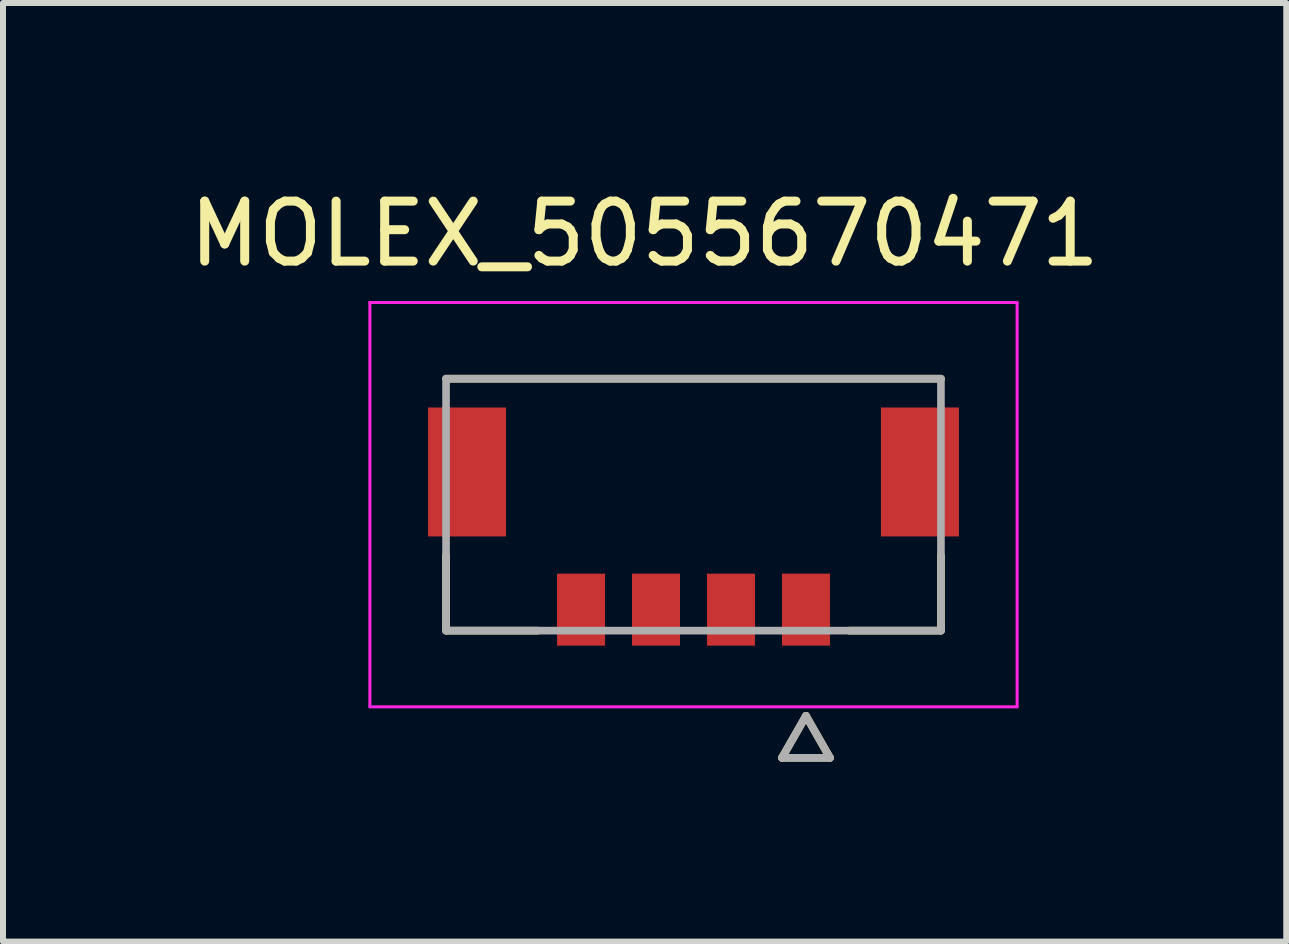
<source format=kicad_pcb>
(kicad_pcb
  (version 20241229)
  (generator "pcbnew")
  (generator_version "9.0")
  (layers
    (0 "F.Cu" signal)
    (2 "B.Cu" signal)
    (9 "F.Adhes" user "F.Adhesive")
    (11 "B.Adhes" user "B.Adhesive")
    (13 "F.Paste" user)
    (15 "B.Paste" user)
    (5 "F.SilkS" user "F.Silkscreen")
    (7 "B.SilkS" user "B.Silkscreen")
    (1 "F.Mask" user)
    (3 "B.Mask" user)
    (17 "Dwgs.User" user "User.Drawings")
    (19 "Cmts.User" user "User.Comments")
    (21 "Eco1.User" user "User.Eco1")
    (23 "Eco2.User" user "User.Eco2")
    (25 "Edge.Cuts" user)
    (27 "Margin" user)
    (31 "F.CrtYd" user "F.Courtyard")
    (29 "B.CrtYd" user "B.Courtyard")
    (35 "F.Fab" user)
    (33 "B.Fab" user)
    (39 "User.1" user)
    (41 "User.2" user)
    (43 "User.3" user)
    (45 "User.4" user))
  (footprint "MOLEX_5055670471"
    (layer "F.Cu")
    (at 8.511 5.363)
    (property "Reference" "MOLEX_5055670471" (at -0.815 -4.515 0) (layer "F.SilkS") (effects (font (size 1 1) (thickness 0.15))))
    (attr smd)
    (fp_poly (pts (xy -4.501 -1.696) (xy -3.049 -1.696) (xy -3.049 0.606) (xy -4.501 0.606)) (stroke (width 0.01) (type solid)) (fill yes) (layer "F.Mask"))
    (fp_poly (pts (xy -2.351 1.074) (xy -1.399 1.074) (xy -1.399 2.426) (xy -2.351 2.426)) (stroke (width 0.01) (type solid)) (fill yes) (layer "F.Mask"))
    (fp_poly (pts (xy -1.101 1.074) (xy -0.149 1.074) (xy -0.149 2.426) (xy -1.101 2.426)) (stroke (width 0.01) (type solid)) (fill yes) (layer "F.Mask"))
    (fp_poly (pts (xy 0.149 1.074) (xy 1.101 1.074) (xy 1.101 2.426) (xy 0.149 2.426)) (stroke (width 0.01) (type solid)) (fill yes) (layer "F.Mask"))
    (fp_poly (pts (xy 1.399 1.074) (xy 2.351 1.074) (xy 2.351 2.426) (xy 1.399 2.426)) (stroke (width 0.01) (type solid)) (fill yes) (layer "F.Mask"))
    (fp_poly (pts (xy 3.049 -1.696) (xy 4.501 -1.696) (xy 4.501 0.606) (xy 3.049 0.606)) (stroke (width 0.01) (type solid)) (fill yes) (layer "F.Mask"))
    (fp_line (start -4.125 2.1) (end -4.125 0.85) (stroke (width 0.127) (type solid)) (layer "F.SilkS"))
    (fp_line (start -2.595 2.1) (end -4.125 2.1) (stroke (width 0.127) (type solid)) (layer "F.SilkS"))
    (fp_line (start 1.475 4.22) (end 2.275 4.22) (stroke (width 0.127) (type solid)) (layer "F.SilkS"))
    (fp_line (start 1.875 3.52) (end 1.475 4.22) (stroke (width 0.127) (type solid)) (layer "F.SilkS"))
    (fp_line (start 2.275 4.22) (end 1.875 3.52) (stroke (width 0.127) (type solid)) (layer "F.SilkS"))
    (fp_line (start 4.125 -2.1) (end -4.125 -2.1) (stroke (width 0.127) (type solid)) (layer "F.SilkS"))
    (fp_line (start 4.125 0.85) (end 4.125 2.1) (stroke (width 0.127) (type solid)) (layer "F.SilkS"))
    (fp_line (start 4.125 2.1) (end 2.595 2.1) (stroke (width 0.127) (type solid)) (layer "F.SilkS"))
    (fp_line (start -5.395 -3.37) (end 5.395 -3.37) (stroke (width 0.05) (type solid)) (layer "F.CrtYd"))
    (fp_line (start -5.395 3.37) (end -5.395 -3.37) (stroke (width 0.05) (type solid)) (layer "F.CrtYd"))
    (fp_line (start -5.395 3.37) (end 5.395 3.37) (stroke (width 0.05) (type solid)) (layer "F.CrtYd"))
    (fp_line (start 5.395 -3.37) (end 5.395 3.37) (stroke (width 0.05) (type solid)) (layer "F.CrtYd"))
    (fp_line (start -4.125 -2.1) (end 4.125 -2.1) (stroke (width 0.127) (type solid)) (layer "F.Fab"))
    (fp_line (start -4.125 2.1) (end -4.125 -2.1) (stroke (width 0.127) (type solid)) (layer "F.Fab"))
    (fp_line (start 1.475 4.22) (end 2.275 4.22) (stroke (width 0.127) (type solid)) (layer "F.Fab"))
    (fp_line (start 1.875 3.52) (end 1.475 4.22) (stroke (width 0.127) (type solid)) (layer "F.Fab"))
    (fp_line (start 2.275 4.22) (end 1.875 3.52) (stroke (width 0.127) (type solid)) (layer "F.Fab"))
    (fp_line (start 4.125 -2.1) (end 4.125 2.1) (stroke (width 0.127) (type solid)) (layer "F.Fab"))
    (fp_line (start 4.125 2.1) (end -4.125 2.1) (stroke (width 0.127) (type solid)) (layer "F.Fab"))
    (pad "1" smd rect (at 1.875 1.75) (size 0.8 1.2) (layers "F.Cu" "F.Paste"))
    (pad "2" smd rect (at 0.625 1.75) (size 0.8 1.2) (layers "F.Cu" "F.Paste"))
    (pad "3" smd rect (at -0.625 1.75) (size 0.8 1.2) (layers "F.Cu" "F.Paste"))
    (pad "4" smd rect (at -1.875 1.75) (size 0.8 1.2) (layers "F.Cu" "F.Paste"))
    (pad "S1" smd rect (at -3.775 -0.545) (size 1.3 2.15) (layers "F.Cu" "F.Paste"))
    (pad "S2" smd rect (at 3.775 -0.545) (size 1.3 2.15) (layers "F.Cu" "F.Paste"))
    (zone (net_name "") (layer "F.Cu") (hatch full 0.508) (connect_pads) (min_thickness 0.01) (filled_areas_thickness no) (keepout (tracks not_allowed) (vias not_allowed) (pads not_allowed) (copperpour not_allowed) (footprints allowed)) (placement (enabled no)) (fill) (polygon (pts (xy 6.236 7.913) (xy 3.786 7.913) (xy 3.786 5.893) (xy 5.386 5.893) (xy 5.386 3.743) (xy 4.586 3.743) (xy 4.586 2.443) (xy 6.786 2.443) (xy 6.786 6.513) (xy 6.236 6.513))))
    (zone (net_name "") (layer "F.Cu") (hatch full 0.508) (connect_pads) (min_thickness 0.01) (filled_areas_thickness no) (keepout (tracks not_allowed) (vias not_allowed) (pads not_allowed) (copperpour not_allowed) (footprints allowed)) (placement (enabled no)) (fill) (polygon (pts (xy 10.236 2.443) (xy 10.236 6.513) (xy 10.786 6.513) (xy 10.786 7.913) (xy 13.236 7.913) (xy 13.236 5.893) (xy 11.636 5.893) (xy 11.636 3.743) (xy 12.436 3.743) (xy 12.436 2.443))))
    (zone (net_name "") (layers "F.Cu" "B.Cu") (hatch full 0.508) (connect_pads) (min_thickness 0.01) (filled_areas_thickness no) (keepout (tracks allowed) (vias not_allowed) (pads allowed) (copperpour allowed) (footprints allowed)) (placement (enabled no)) (fill) (polygon (pts (xy 6.236 7.913) (xy 3.786 7.913) (xy 3.786 5.893) (xy 5.386 5.893) (xy 5.386 3.743) (xy 4.586 3.743) (xy 4.586 2.443) (xy 6.786 2.443) (xy 6.786 6.513) (xy 6.236 6.513))))
    (zone (net_name "") (layers "F.Cu" "B.Cu") (hatch full 0.508) (connect_pads) (min_thickness 0.01) (filled_areas_thickness no) (keepout (tracks allowed) (vias not_allowed) (pads allowed) (copperpour allowed) (footprints allowed)) (placement (enabled no)) (fill) (polygon (pts (xy 10.236 2.443) (xy 10.236 6.513) (xy 10.786 6.513) (xy 10.786 7.913) (xy 13.236 7.913) (xy 13.236 5.893) (xy 11.636 5.893) (xy 11.636 3.743) (xy 12.436 3.743) (xy 12.436 2.443)))))
  (gr_rect
    (start -3 -3)
    (end 18.393 12.647)
    (stroke (width 0.1) (type default))
    (fill no)
    (layer "Edge.Cuts")))
</source>
